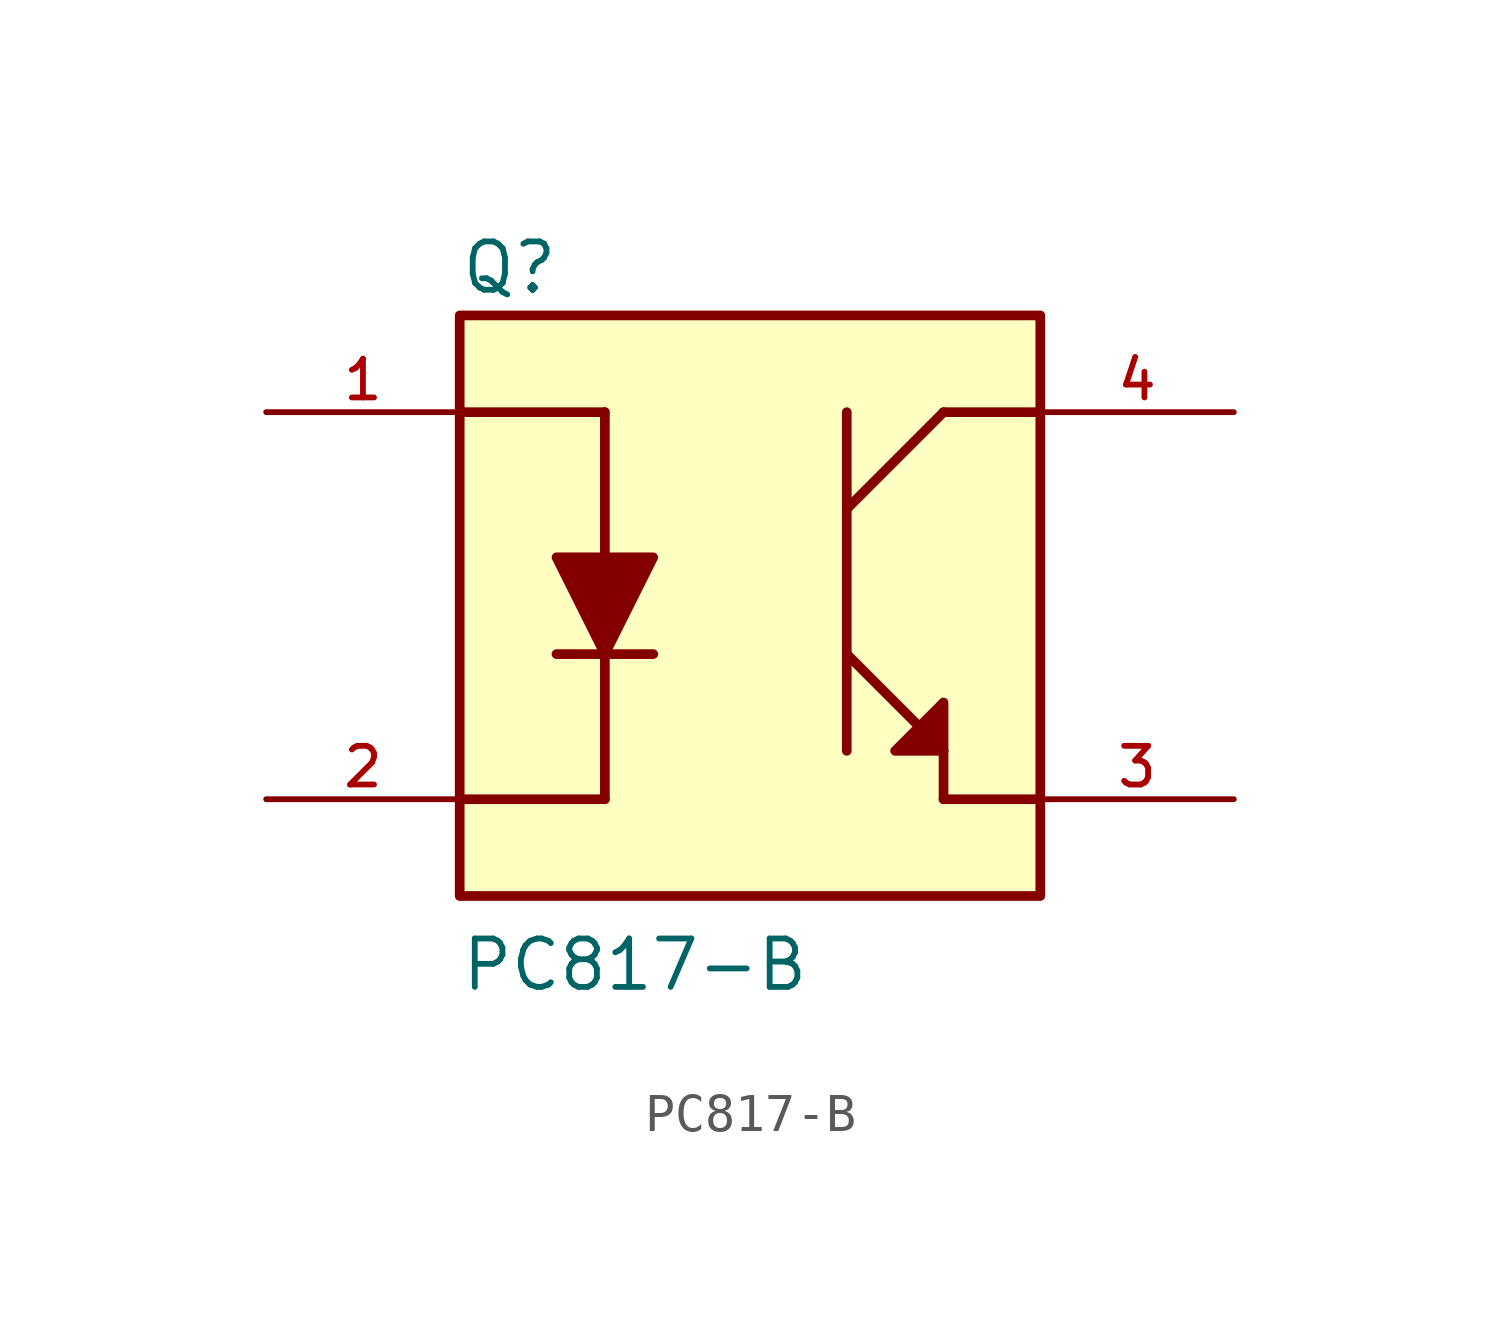
<source format=kicad_sym>
(kicad_symbol_lib
  (version 20211014)
  (generator kicad_symbol_editor)
  (symbol "PC817-B"
    (pin_names
      (offset 1.016))
    (property "Reference" "Q"
      (at -7.621 8.129 0)
      (effects (font (size 1.27 1.27)) (justify bottom left)))
    (property "Value" "PC817-B"
      (at -7.627 -10.169 0)
      (effects (font (size 1.27 1.27)) (justify bottom left)))
    (symbol "PC817-B_0_0"
      (polyline (pts (xy -7.62 5.08) (xy -3.81 5.08)) (stroke (width 0.254)))
      (polyline (pts (xy -7.62 -5.08) (xy -3.81 -5.08)) (stroke (width 0.254)))
      (polyline (pts (xy -3.81 -5.08) (xy -3.81 5.08)) (stroke (width 0.254)))
      (polyline (pts (xy -5.08 1.27) (xy -2.54 1.27) (xy -3.81 -1.27) (xy -5.08 1.27)) (stroke (width 0.254)) (fill (type outline)))
      (polyline (pts (xy -5.08 -1.27) (xy -2.54 -1.27)) (stroke (width 0.254)))
      (polyline (pts (xy 2.54 5.08) (xy 2.54 2.54)) (stroke (width 0.254)))
      (polyline (pts (xy 2.54 2.54) (xy 2.54 -1.27)) (stroke (width 0.254)))
      (polyline (pts (xy 2.54 -1.27) (xy 2.54 -3.81)) (stroke (width 0.254)))
      (polyline (pts (xy 7.62 5.08) (xy 5.08 5.08)) (stroke (width 0.254)))
      (polyline (pts (xy 2.54 -1.27) (xy 5.08 -3.81)) (stroke (width 0.254)))
      (polyline (pts (xy 7.62 -5.08) (xy 5.08 -5.08)) (stroke (width 0.254)))
      (polyline (pts (xy 5.08 -5.08) (xy 5.08 -3.81)) (stroke (width 0.254)))
      (polyline (pts (xy 5.08 -3.81) (xy 5.08 -2.54) (xy 3.81 -3.81) (xy 5.08 -3.81)) (stroke (width 0.254)) (fill (type outline)))
      (polyline (pts (xy 5.08 5.08) (xy 2.54 2.54)) (stroke (width 0.254)))
      (rectangle (start -7.62 -7.62) (end 7.62 7.62) (stroke (width 0.254)) (fill (type background)))
      (pin passive line (at -12.7 5.08 0) (length 5.08) (name "~" (effects (font (size 1.016 1.016)))) (number "1" (effects (font (size 1.016 1.016)))))
      (pin passive line (at -12.7 -5.08 0) (length 5.08) (name "~" (effects (font (size 1.016 1.016)))) (number "2" (effects (font (size 1.016 1.016)))))
      (pin passive line (at 12.7 5.08 180.0) (length 5.08) (name "~" (effects (font (size 1.016 1.016)))) (number "4" (effects (font (size 1.016 1.016)))))
      (pin passive line (at 12.7 -5.08 180.0) (length 5.08) (name "~" (effects (font (size 1.016 1.016)))) (number "3" (effects (font (size 1.016 1.016))))))))
</source>
